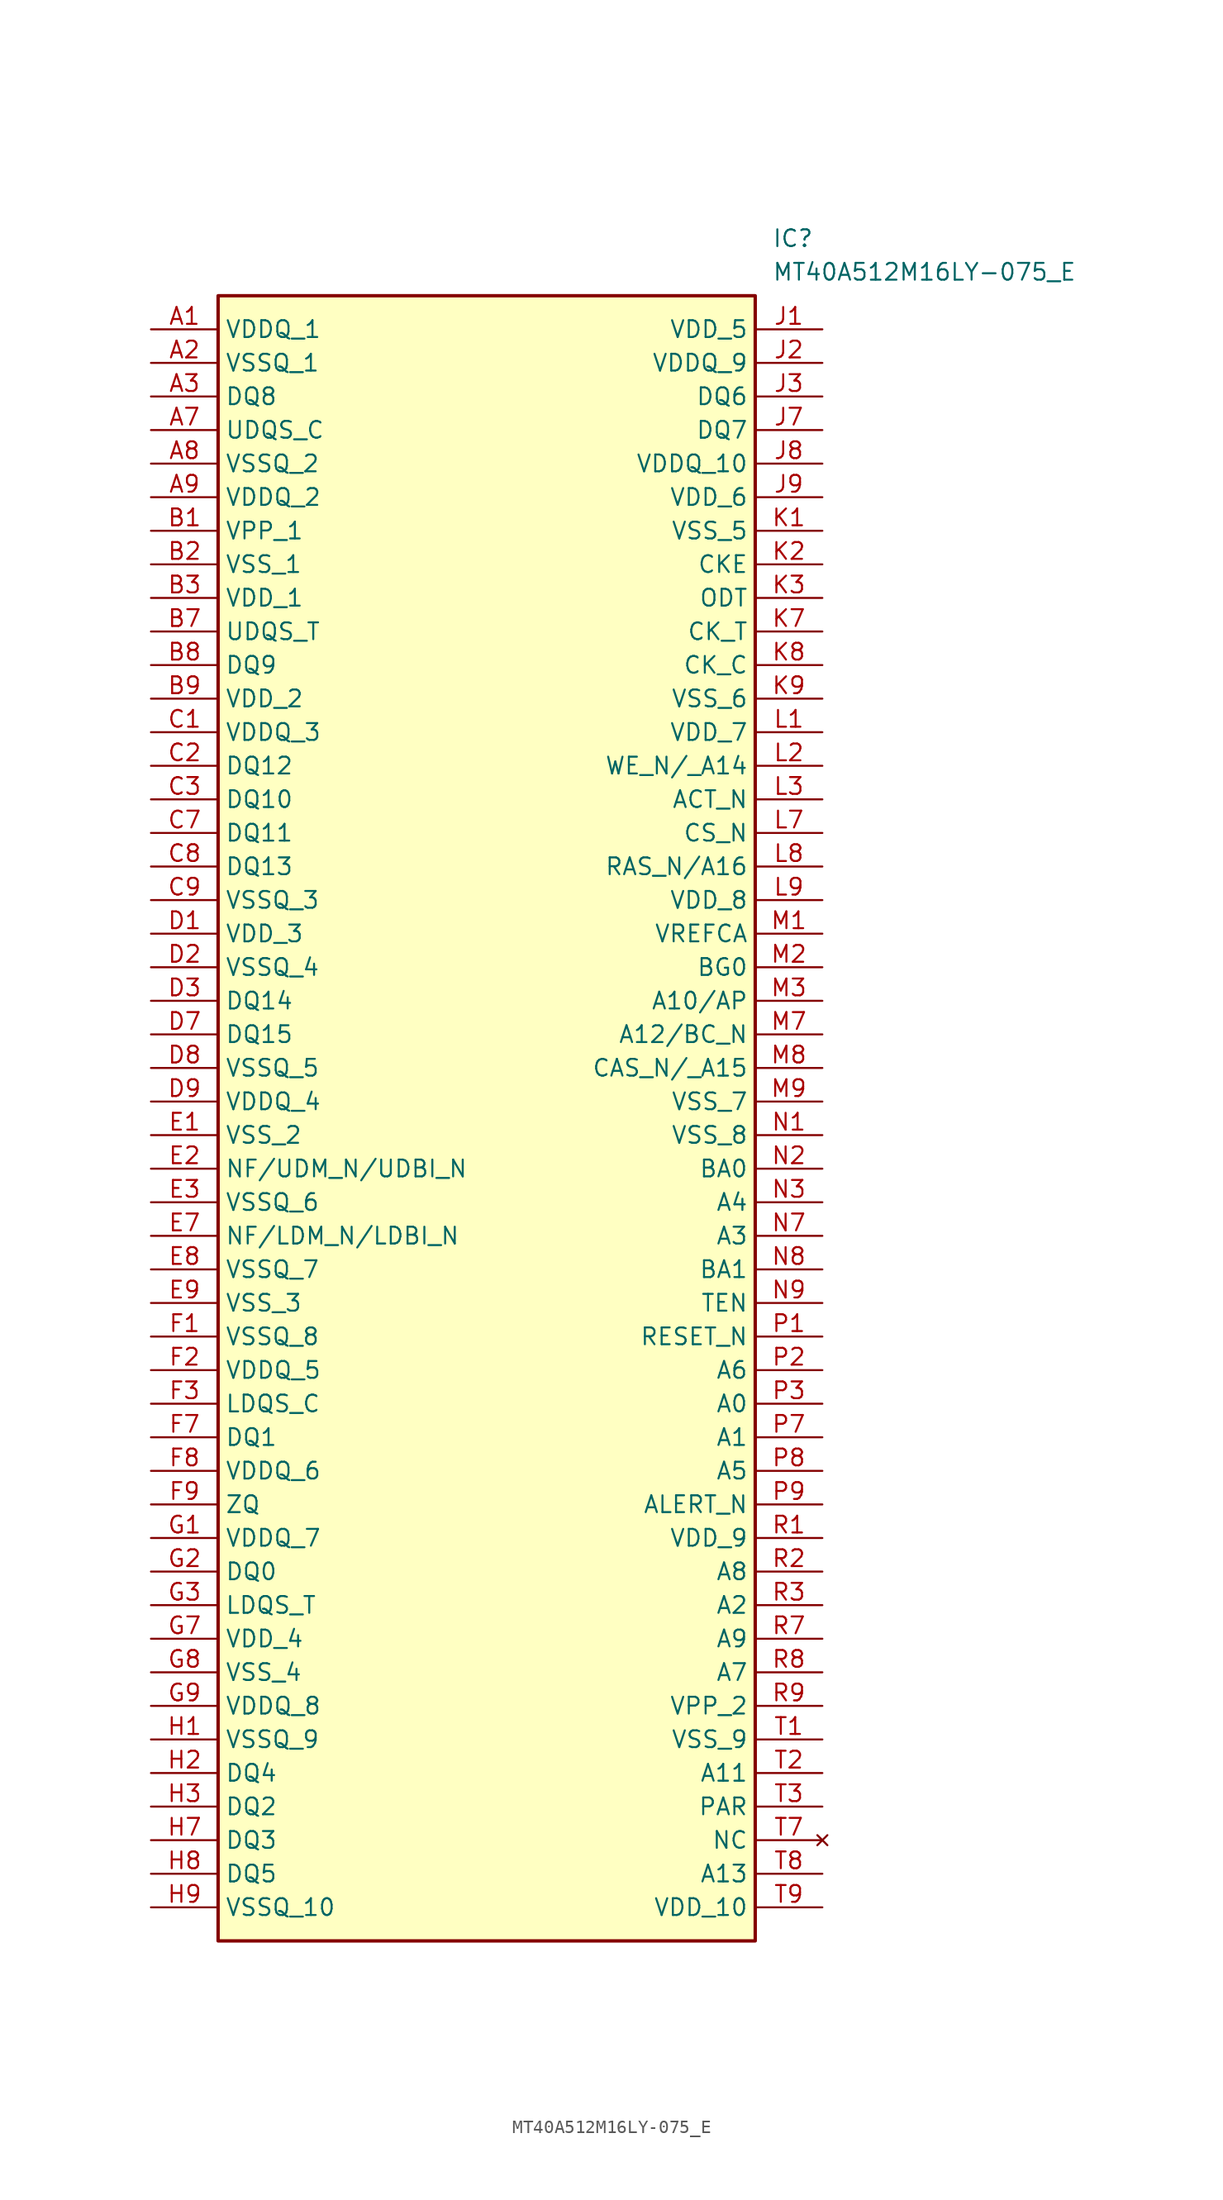
<source format=kicad_sym>
(kicad_symbol_lib
  (version 20211014)
  (generator SamacSys_ECAD_Model)
  (symbol "MT40A512M16LY-075_E"
    (property "Reference" "IC"
      (at 46.99 7.62 0)
      (effects (font (size 1.27 1.27)) (justify left top)))
    (property "Value" "MT40A512M16LY-075_E"
      (at 46.99 5.08 0)
      (effects (font (size 1.27 1.27)) (justify left top)))
    (rectangle
      (start 5.08 2.54)
      (end 45.72 -121.92)
      (stroke (width 0.254) (type default))
      (fill (type background)))
    (pin passive line
      (at 0 0 0)
      (length 5.08)
      (name "VDDQ_1" (effects (font (size 1.27 1.27))))
      (number "A1" (effects (font (size 1.27 1.27)))))
    (pin passive line
      (at 0 -2.54 0)
      (length 5.08)
      (name "VSSQ_1" (effects (font (size 1.27 1.27))))
      (number "A2" (effects (font (size 1.27 1.27)))))
    (pin passive line
      (at 0 -5.08 0)
      (length 5.08)
      (name "DQ8" (effects (font (size 1.27 1.27))))
      (number "A3" (effects (font (size 1.27 1.27)))))
    (pin passive line
      (at 0 -7.62 0)
      (length 5.08)
      (name "UDQS_C" (effects (font (size 1.27 1.27))))
      (number "A7" (effects (font (size 1.27 1.27)))))
    (pin passive line
      (at 0 -10.16 0)
      (length 5.08)
      (name "VSSQ_2" (effects (font (size 1.27 1.27))))
      (number "A8" (effects (font (size 1.27 1.27)))))
    (pin passive line
      (at 0 -12.7 0)
      (length 5.08)
      (name "VDDQ_2" (effects (font (size 1.27 1.27))))
      (number "A9" (effects (font (size 1.27 1.27)))))
    (pin passive line
      (at 0 -15.24 0)
      (length 5.08)
      (name "VPP_1" (effects (font (size 1.27 1.27))))
      (number "B1" (effects (font (size 1.27 1.27)))))
    (pin passive line
      (at 0 -17.78 0)
      (length 5.08)
      (name "VSS_1" (effects (font (size 1.27 1.27))))
      (number "B2" (effects (font (size 1.27 1.27)))))
    (pin passive line
      (at 0 -20.32 0)
      (length 5.08)
      (name "VDD_1" (effects (font (size 1.27 1.27))))
      (number "B3" (effects (font (size 1.27 1.27)))))
    (pin passive line
      (at 0 -22.86 0)
      (length 5.08)
      (name "UDQS_T" (effects (font (size 1.27 1.27))))
      (number "B7" (effects (font (size 1.27 1.27)))))
    (pin passive line
      (at 0 -25.4 0)
      (length 5.08)
      (name "DQ9" (effects (font (size 1.27 1.27))))
      (number "B8" (effects (font (size 1.27 1.27)))))
    (pin passive line
      (at 0 -27.94 0)
      (length 5.08)
      (name "VDD_2" (effects (font (size 1.27 1.27))))
      (number "B9" (effects (font (size 1.27 1.27)))))
    (pin passive line
      (at 0 -30.48 0)
      (length 5.08)
      (name "VDDQ_3" (effects (font (size 1.27 1.27))))
      (number "C1" (effects (font (size 1.27 1.27)))))
    (pin passive line
      (at 0 -33.02 0)
      (length 5.08)
      (name "DQ12" (effects (font (size 1.27 1.27))))
      (number "C2" (effects (font (size 1.27 1.27)))))
    (pin passive line
      (at 0 -35.56 0)
      (length 5.08)
      (name "DQ10" (effects (font (size 1.27 1.27))))
      (number "C3" (effects (font (size 1.27 1.27)))))
    (pin passive line
      (at 0 -38.1 0)
      (length 5.08)
      (name "DQ11" (effects (font (size 1.27 1.27))))
      (number "C7" (effects (font (size 1.27 1.27)))))
    (pin passive line
      (at 0 -40.64 0)
      (length 5.08)
      (name "DQ13" (effects (font (size 1.27 1.27))))
      (number "C8" (effects (font (size 1.27 1.27)))))
    (pin passive line
      (at 0 -43.18 0)
      (length 5.08)
      (name "VSSQ_3" (effects (font (size 1.27 1.27))))
      (number "C9" (effects (font (size 1.27 1.27)))))
    (pin passive line
      (at 0 -45.72 0)
      (length 5.08)
      (name "VDD_3" (effects (font (size 1.27 1.27))))
      (number "D1" (effects (font (size 1.27 1.27)))))
    (pin passive line
      (at 0 -48.26 0)
      (length 5.08)
      (name "VSSQ_4" (effects (font (size 1.27 1.27))))
      (number "D2" (effects (font (size 1.27 1.27)))))
    (pin passive line
      (at 0 -50.8 0)
      (length 5.08)
      (name "DQ14" (effects (font (size 1.27 1.27))))
      (number "D3" (effects (font (size 1.27 1.27)))))
    (pin passive line
      (at 0 -53.34 0)
      (length 5.08)
      (name "DQ15" (effects (font (size 1.27 1.27))))
      (number "D7" (effects (font (size 1.27 1.27)))))
    (pin passive line
      (at 0 -55.88 0)
      (length 5.08)
      (name "VSSQ_5" (effects (font (size 1.27 1.27))))
      (number "D8" (effects (font (size 1.27 1.27)))))
    (pin passive line
      (at 0 -58.42 0)
      (length 5.08)
      (name "VDDQ_4" (effects (font (size 1.27 1.27))))
      (number "D9" (effects (font (size 1.27 1.27)))))
    (pin passive line
      (at 0 -60.96 0)
      (length 5.08)
      (name "VSS_2" (effects (font (size 1.27 1.27))))
      (number "E1" (effects (font (size 1.27 1.27)))))
    (pin passive line
      (at 0 -63.5 0)
      (length 5.08)
      (name "NF/UDM_N/UDBI_N" (effects (font (size 1.27 1.27))))
      (number "E2" (effects (font (size 1.27 1.27)))))
    (pin passive line
      (at 0 -66.04 0)
      (length 5.08)
      (name "VSSQ_6" (effects (font (size 1.27 1.27))))
      (number "E3" (effects (font (size 1.27 1.27)))))
    (pin passive line
      (at 0 -68.58 0)
      (length 5.08)
      (name "NF/LDM_N/LDBI_N" (effects (font (size 1.27 1.27))))
      (number "E7" (effects (font (size 1.27 1.27)))))
    (pin passive line
      (at 0 -71.12 0)
      (length 5.08)
      (name "VSSQ_7" (effects (font (size 1.27 1.27))))
      (number "E8" (effects (font (size 1.27 1.27)))))
    (pin passive line
      (at 0 -73.66 0)
      (length 5.08)
      (name "VSS_3" (effects (font (size 1.27 1.27))))
      (number "E9" (effects (font (size 1.27 1.27)))))
    (pin passive line
      (at 0 -76.2 0)
      (length 5.08)
      (name "VSSQ_8" (effects (font (size 1.27 1.27))))
      (number "F1" (effects (font (size 1.27 1.27)))))
    (pin passive line
      (at 0 -78.74 0)
      (length 5.08)
      (name "VDDQ_5" (effects (font (size 1.27 1.27))))
      (number "F2" (effects (font (size 1.27 1.27)))))
    (pin passive line
      (at 0 -81.28 0)
      (length 5.08)
      (name "LDQS_C" (effects (font (size 1.27 1.27))))
      (number "F3" (effects (font (size 1.27 1.27)))))
    (pin passive line
      (at 0 -83.82 0)
      (length 5.08)
      (name "DQ1" (effects (font (size 1.27 1.27))))
      (number "F7" (effects (font (size 1.27 1.27)))))
    (pin passive line
      (at 0 -86.36 0)
      (length 5.08)
      (name "VDDQ_6" (effects (font (size 1.27 1.27))))
      (number "F8" (effects (font (size 1.27 1.27)))))
    (pin passive line
      (at 0 -88.9 0)
      (length 5.08)
      (name "ZQ" (effects (font (size 1.27 1.27))))
      (number "F9" (effects (font (size 1.27 1.27)))))
    (pin passive line
      (at 0 -91.44 0)
      (length 5.08)
      (name "VDDQ_7" (effects (font (size 1.27 1.27))))
      (number "G1" (effects (font (size 1.27 1.27)))))
    (pin passive line
      (at 0 -93.98 0)
      (length 5.08)
      (name "DQ0" (effects (font (size 1.27 1.27))))
      (number "G2" (effects (font (size 1.27 1.27)))))
    (pin passive line
      (at 0 -96.52 0)
      (length 5.08)
      (name "LDQS_T" (effects (font (size 1.27 1.27))))
      (number "G3" (effects (font (size 1.27 1.27)))))
    (pin passive line
      (at 0 -99.06 0)
      (length 5.08)
      (name "VDD_4" (effects (font (size 1.27 1.27))))
      (number "G7" (effects (font (size 1.27 1.27)))))
    (pin passive line
      (at 0 -101.6 0)
      (length 5.08)
      (name "VSS_4" (effects (font (size 1.27 1.27))))
      (number "G8" (effects (font (size 1.27 1.27)))))
    (pin passive line
      (at 0 -104.14 0)
      (length 5.08)
      (name "VDDQ_8" (effects (font (size 1.27 1.27))))
      (number "G9" (effects (font (size 1.27 1.27)))))
    (pin passive line
      (at 0 -106.68 0)
      (length 5.08)
      (name "VSSQ_9" (effects (font (size 1.27 1.27))))
      (number "H1" (effects (font (size 1.27 1.27)))))
    (pin passive line
      (at 0 -109.22 0)
      (length 5.08)
      (name "DQ4" (effects (font (size 1.27 1.27))))
      (number "H2" (effects (font (size 1.27 1.27)))))
    (pin passive line
      (at 0 -111.76 0)
      (length 5.08)
      (name "DQ2" (effects (font (size 1.27 1.27))))
      (number "H3" (effects (font (size 1.27 1.27)))))
    (pin passive line
      (at 0 -114.3 0)
      (length 5.08)
      (name "DQ3" (effects (font (size 1.27 1.27))))
      (number "H7" (effects (font (size 1.27 1.27)))))
    (pin passive line
      (at 0 -116.84 0)
      (length 5.08)
      (name "DQ5" (effects (font (size 1.27 1.27))))
      (number "H8" (effects (font (size 1.27 1.27)))))
    (pin passive line
      (at 0 -119.38 0)
      (length 5.08)
      (name "VSSQ_10" (effects (font (size 1.27 1.27))))
      (number "H9" (effects (font (size 1.27 1.27)))))
    (pin passive line
      (at 50.8 0 180)
      (length 5.08)
      (name "VDD_5" (effects (font (size 1.27 1.27))))
      (number "J1" (effects (font (size 1.27 1.27)))))
    (pin passive line
      (at 50.8 -2.54 180)
      (length 5.08)
      (name "VDDQ_9" (effects (font (size 1.27 1.27))))
      (number "J2" (effects (font (size 1.27 1.27)))))
    (pin passive line
      (at 50.8 -5.08 180)
      (length 5.08)
      (name "DQ6" (effects (font (size 1.27 1.27))))
      (number "J3" (effects (font (size 1.27 1.27)))))
    (pin passive line
      (at 50.8 -7.62 180)
      (length 5.08)
      (name "DQ7" (effects (font (size 1.27 1.27))))
      (number "J7" (effects (font (size 1.27 1.27)))))
    (pin passive line
      (at 50.8 -10.16 180)
      (length 5.08)
      (name "VDDQ_10" (effects (font (size 1.27 1.27))))
      (number "J8" (effects (font (size 1.27 1.27)))))
    (pin passive line
      (at 50.8 -12.7 180)
      (length 5.08)
      (name "VDD_6" (effects (font (size 1.27 1.27))))
      (number "J9" (effects (font (size 1.27 1.27)))))
    (pin passive line
      (at 50.8 -15.24 180)
      (length 5.08)
      (name "VSS_5" (effects (font (size 1.27 1.27))))
      (number "K1" (effects (font (size 1.27 1.27)))))
    (pin passive line
      (at 50.8 -17.78 180)
      (length 5.08)
      (name "CKE" (effects (font (size 1.27 1.27))))
      (number "K2" (effects (font (size 1.27 1.27)))))
    (pin passive line
      (at 50.8 -20.32 180)
      (length 5.08)
      (name "ODT" (effects (font (size 1.27 1.27))))
      (number "K3" (effects (font (size 1.27 1.27)))))
    (pin passive line
      (at 50.8 -22.86 180)
      (length 5.08)
      (name "CK_T" (effects (font (size 1.27 1.27))))
      (number "K7" (effects (font (size 1.27 1.27)))))
    (pin passive line
      (at 50.8 -25.4 180)
      (length 5.08)
      (name "CK_C" (effects (font (size 1.27 1.27))))
      (number "K8" (effects (font (size 1.27 1.27)))))
    (pin passive line
      (at 50.8 -27.94 180)
      (length 5.08)
      (name "VSS_6" (effects (font (size 1.27 1.27))))
      (number "K9" (effects (font (size 1.27 1.27)))))
    (pin passive line
      (at 50.8 -30.48 180)
      (length 5.08)
      (name "VDD_7" (effects (font (size 1.27 1.27))))
      (number "L1" (effects (font (size 1.27 1.27)))))
    (pin passive line
      (at 50.8 -33.02 180)
      (length 5.08)
      (name "WE_N/_A14" (effects (font (size 1.27 1.27))))
      (number "L2" (effects (font (size 1.27 1.27)))))
    (pin passive line
      (at 50.8 -35.56 180)
      (length 5.08)
      (name "ACT_N" (effects (font (size 1.27 1.27))))
      (number "L3" (effects (font (size 1.27 1.27)))))
    (pin passive line
      (at 50.8 -38.1 180)
      (length 5.08)
      (name "CS_N" (effects (font (size 1.27 1.27))))
      (number "L7" (effects (font (size 1.27 1.27)))))
    (pin passive line
      (at 50.8 -40.64 180)
      (length 5.08)
      (name "RAS_N/A16" (effects (font (size 1.27 1.27))))
      (number "L8" (effects (font (size 1.27 1.27)))))
    (pin passive line
      (at 50.8 -43.18 180)
      (length 5.08)
      (name "VDD_8" (effects (font (size 1.27 1.27))))
      (number "L9" (effects (font (size 1.27 1.27)))))
    (pin passive line
      (at 50.8 -45.72 180)
      (length 5.08)
      (name "VREFCA" (effects (font (size 1.27 1.27))))
      (number "M1" (effects (font (size 1.27 1.27)))))
    (pin passive line
      (at 50.8 -48.26 180)
      (length 5.08)
      (name "BG0" (effects (font (size 1.27 1.27))))
      (number "M2" (effects (font (size 1.27 1.27)))))
    (pin passive line
      (at 50.8 -50.8 180)
      (length 5.08)
      (name "A10/AP" (effects (font (size 1.27 1.27))))
      (number "M3" (effects (font (size 1.27 1.27)))))
    (pin passive line
      (at 50.8 -53.34 180)
      (length 5.08)
      (name "A12/BC_N" (effects (font (size 1.27 1.27))))
      (number "M7" (effects (font (size 1.27 1.27)))))
    (pin passive line
      (at 50.8 -55.88 180)
      (length 5.08)
      (name "CAS_N/_A15" (effects (font (size 1.27 1.27))))
      (number "M8" (effects (font (size 1.27 1.27)))))
    (pin passive line
      (at 50.8 -58.42 180)
      (length 5.08)
      (name "VSS_7" (effects (font (size 1.27 1.27))))
      (number "M9" (effects (font (size 1.27 1.27)))))
    (pin passive line
      (at 50.8 -60.96 180)
      (length 5.08)
      (name "VSS_8" (effects (font (size 1.27 1.27))))
      (number "N1" (effects (font (size 1.27 1.27)))))
    (pin passive line
      (at 50.8 -63.5 180)
      (length 5.08)
      (name "BA0" (effects (font (size 1.27 1.27))))
      (number "N2" (effects (font (size 1.27 1.27)))))
    (pin passive line
      (at 50.8 -66.04 180)
      (length 5.08)
      (name "A4" (effects (font (size 1.27 1.27))))
      (number "N3" (effects (font (size 1.27 1.27)))))
    (pin passive line
      (at 50.8 -68.58 180)
      (length 5.08)
      (name "A3" (effects (font (size 1.27 1.27))))
      (number "N7" (effects (font (size 1.27 1.27)))))
    (pin passive line
      (at 50.8 -71.12 180)
      (length 5.08)
      (name "BA1" (effects (font (size 1.27 1.27))))
      (number "N8" (effects (font (size 1.27 1.27)))))
    (pin passive line
      (at 50.8 -73.66 180)
      (length 5.08)
      (name "TEN" (effects (font (size 1.27 1.27))))
      (number "N9" (effects (font (size 1.27 1.27)))))
    (pin passive line
      (at 50.8 -76.2 180)
      (length 5.08)
      (name "RESET_N" (effects (font (size 1.27 1.27))))
      (number "P1" (effects (font (size 1.27 1.27)))))
    (pin passive line
      (at 50.8 -78.74 180)
      (length 5.08)
      (name "A6" (effects (font (size 1.27 1.27))))
      (number "P2" (effects (font (size 1.27 1.27)))))
    (pin passive line
      (at 50.8 -81.28 180)
      (length 5.08)
      (name "A0" (effects (font (size 1.27 1.27))))
      (number "P3" (effects (font (size 1.27 1.27)))))
    (pin passive line
      (at 50.8 -83.82 180)
      (length 5.08)
      (name "A1" (effects (font (size 1.27 1.27))))
      (number "P7" (effects (font (size 1.27 1.27)))))
    (pin passive line
      (at 50.8 -86.36 180)
      (length 5.08)
      (name "A5" (effects (font (size 1.27 1.27))))
      (number "P8" (effects (font (size 1.27 1.27)))))
    (pin passive line
      (at 50.8 -88.9 180)
      (length 5.08)
      (name "ALERT_N" (effects (font (size 1.27 1.27))))
      (number "P9" (effects (font (size 1.27 1.27)))))
    (pin passive line
      (at 50.8 -91.44 180)
      (length 5.08)
      (name "VDD_9" (effects (font (size 1.27 1.27))))
      (number "R1" (effects (font (size 1.27 1.27)))))
    (pin passive line
      (at 50.8 -93.98 180)
      (length 5.08)
      (name "A8" (effects (font (size 1.27 1.27))))
      (number "R2" (effects (font (size 1.27 1.27)))))
    (pin passive line
      (at 50.8 -96.52 180)
      (length 5.08)
      (name "A2" (effects (font (size 1.27 1.27))))
      (number "R3" (effects (font (size 1.27 1.27)))))
    (pin passive line
      (at 50.8 -99.06 180)
      (length 5.08)
      (name "A9" (effects (font (size 1.27 1.27))))
      (number "R7" (effects (font (size 1.27 1.27)))))
    (pin passive line
      (at 50.8 -101.6 180)
      (length 5.08)
      (name "A7" (effects (font (size 1.27 1.27))))
      (number "R8" (effects (font (size 1.27 1.27)))))
    (pin passive line
      (at 50.8 -104.14 180)
      (length 5.08)
      (name "VPP_2" (effects (font (size 1.27 1.27))))
      (number "R9" (effects (font (size 1.27 1.27)))))
    (pin passive line
      (at 50.8 -106.68 180)
      (length 5.08)
      (name "VSS_9" (effects (font (size 1.27 1.27))))
      (number "T1" (effects (font (size 1.27 1.27)))))
    (pin passive line
      (at 50.8 -109.22 180)
      (length 5.08)
      (name "A11" (effects (font (size 1.27 1.27))))
      (number "T2" (effects (font (size 1.27 1.27)))))
    (pin passive line
      (at 50.8 -111.76 180)
      (length 5.08)
      (name "PAR" (effects (font (size 1.27 1.27))))
      (number "T3" (effects (font (size 1.27 1.27)))))
    (pin no_connect line
      (at 50.8 -114.3 180)
      (length 5.08)
      (name "NC" (effects (font (size 1.27 1.27))))
      (number "T7" (effects (font (size 1.27 1.27)))))
    (pin passive line
      (at 50.8 -116.84 180)
      (length 5.08)
      (name "A13" (effects (font (size 1.27 1.27))))
      (number "T8" (effects (font (size 1.27 1.27)))))
    (pin passive line
      (at 50.8 -119.38 180)
      (length 5.08)
      (name "VDD_10" (effects (font (size 1.27 1.27))))
      (number "T9" (effects (font (size 1.27 1.27)))))))
</source>
